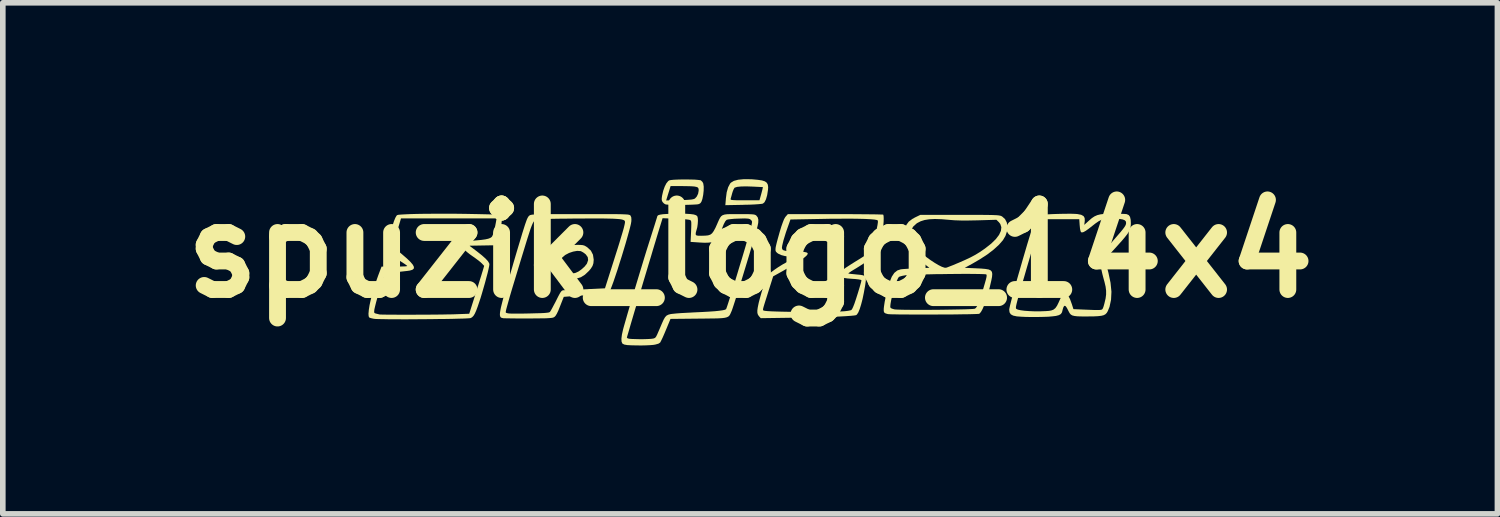
<source format=kicad_pcb>
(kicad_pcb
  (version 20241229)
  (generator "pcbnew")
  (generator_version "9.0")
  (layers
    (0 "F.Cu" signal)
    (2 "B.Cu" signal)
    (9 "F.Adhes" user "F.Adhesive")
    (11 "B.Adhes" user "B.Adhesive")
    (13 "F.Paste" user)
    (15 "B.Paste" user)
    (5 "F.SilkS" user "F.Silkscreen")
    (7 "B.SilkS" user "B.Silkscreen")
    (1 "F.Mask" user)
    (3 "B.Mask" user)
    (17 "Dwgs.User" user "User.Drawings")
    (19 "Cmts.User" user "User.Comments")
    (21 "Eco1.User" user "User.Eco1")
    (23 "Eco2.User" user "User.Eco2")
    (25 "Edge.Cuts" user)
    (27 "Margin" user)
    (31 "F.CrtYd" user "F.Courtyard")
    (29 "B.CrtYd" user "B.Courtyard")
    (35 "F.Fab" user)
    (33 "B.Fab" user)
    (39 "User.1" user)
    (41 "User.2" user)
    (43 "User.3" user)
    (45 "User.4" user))
  (footprint "spuzik_logo_14x4"
    (layer "F.Cu")
    (at 10.312 1.418)
    (property "Reference" "spuzik_logo_14x4" (at 0 0 0) (layer "F.SilkS") (effects (font (size 1.524 1.524) (thickness 0.3))))
    (attr board_only exclude_from_pos_files exclude_from_bom)
    (fp_poly (pts (xy 0.008 -1.275) (xy 0.035 -1.274) (xy 0.135 -1.265) (xy 0.211 -1.254) (xy 0.264 -1.237) (xy 0.298 -1.212) (xy 0.316 -1.178) (xy 0.322 -1.133) (xy 0.319 -1.087) (xy 0.304 -0.991) (xy 0.283 -0.917) (xy 0.257 -0.866) (xy 0.228 -0.841) (xy 0.201 -0.836) (xy 0.15 -0.831) (xy 0.078 -0.826) (xy -0.011 -0.822) (xy -0.115 -0.82) (xy -0.125 -0.819) (xy -0.441 -0.813) (xy -0.432 -0.917) (xy -0.347 -0.917) (xy -0.341 -0.91) (xy -0.325 -0.906) (xy -0.294 -0.903) (xy -0.246 -0.901) (xy -0.176 -0.901) (xy -0.093 -0.901) (xy 0.167 -0.901) (xy 0.189 -0.978) (xy 0.203 -1.029) (xy 0.215 -1.075) (xy 0.22 -1.095) (xy 0.228 -1.135) (xy 0.05 -1.144) (xy -0.068 -1.148) (xy -0.161 -1.146) (xy -0.23 -1.139) (xy -0.272 -1.126) (xy -0.278 -1.122) (xy -0.291 -1.101) (xy -0.307 -1.063) (xy -0.318 -1.029) (xy -0.331 -0.981) (xy -0.342 -0.942) (xy -0.347 -0.925) (xy -0.347 -0.917) (xy -0.432 -0.917) (xy -0.432 -0.924) (xy -0.417 -1.041) (xy -0.391 -1.132) (xy -0.356 -1.198) (xy -0.34 -1.215) (xy -0.289 -1.246) (xy -0.214 -1.266) (xy -0.114 -1.276)) (stroke (width 0) (type solid)) (fill yes) (layer "F.SilkS"))
    (fp_poly (pts (xy -3.022 -0.105) (xy -2.98 -0.101) (xy -2.949 -0.092) (xy -2.919 -0.075) (xy -2.897 -0.06) (xy -2.836 -0.003) (xy -2.799 0.069) (xy -2.786 0.156) (xy -2.786 0.161) (xy -2.791 0.221) (xy -2.807 0.27) (xy -2.838 0.319) (xy -2.873 0.36) (xy -2.943 0.426) (xy -3.013 0.47) (xy -3.089 0.494) (xy -3.157 0.501) (xy -3.214 0.502) (xy -3.266 0.499) (xy -3.3 0.494) (xy -3.376 0.461) (xy -3.44 0.408) (xy -3.487 0.341) (xy -3.503 0.298) (xy -3.505 0.278) (xy -3.388 0.278) (xy -3.379 0.318) (xy -3.344 0.363) (xy -3.29 0.393) (xy -3.221 0.406) (xy -3.144 0.401) (xy -3.107 0.392) (xy -3.056 0.368) (xy -3 0.328) (xy -2.948 0.281) (xy -2.911 0.234) (xy -2.905 0.224) (xy -2.885 0.165) (xy -2.892 0.113) (xy -2.925 0.066) (xy -2.934 0.058) (xy -2.972 0.029) (xy -3.009 0.009) (xy -3.02 0.005) (xy -3.081 0.001) (xy -3.153 0.014) (xy -3.227 0.039) (xy -3.293 0.074) (xy -3.343 0.115) (xy -3.347 0.12) (xy -3.371 0.165) (xy -3.385 0.222) (xy -3.388 0.278) (xy -3.505 0.278) (xy -3.508 0.233) (xy -3.491 0.161) (xy -3.457 0.089) (xy -3.408 0.026) (xy -3.384 0.004) (xy -3.308 -0.051) (xy -3.235 -0.085) (xy -3.154 -0.102) (xy -3.082 -0.106)) (stroke (width 0) (type solid)) (fill yes) (layer "F.SilkS"))
    (fp_poly (pts (xy -1.055 -1.27) (xy -0.983 -1.268) (xy -0.925 -1.263) (xy -0.887 -1.258) (xy -0.876 -1.254) (xy -0.849 -1.228) (xy -0.834 -1.199) (xy -0.826 -1.144) (xy -0.827 -1.073) (xy -0.835 -0.998) (xy -0.849 -0.927) (xy -0.85 -0.923) (xy -0.866 -0.877) (xy -0.883 -0.851) (xy -0.907 -0.835) (xy -0.917 -0.832) (xy -0.943 -0.827) (xy -0.992 -0.824) (xy -1.058 -0.821) (xy -1.134 -0.819) (xy -1.217 -0.818) (xy -1.298 -0.818) (xy -1.374 -0.819) (xy -1.439 -0.821) (xy -1.486 -0.824) (xy -1.503 -0.826) (xy -1.533 -0.842) (xy -1.558 -0.868) (xy -1.571 -0.892) (xy -1.571 -0.897) (xy -1.495 -0.897) (xy -1.256 -0.903) (xy -1.165 -0.905) (xy -1.097 -0.909) (xy -1.048 -0.913) (xy -1.014 -0.919) (xy -0.991 -0.927) (xy -0.981 -0.933) (xy -0.95 -0.967) (xy -0.926 -1.017) (xy -0.916 -1.072) (xy -0.917 -1.098) (xy -0.922 -1.116) (xy -0.934 -1.13) (xy -0.958 -1.139) (xy -0.995 -1.146) (xy -1.05 -1.15) (xy -1.128 -1.152) (xy -1.204 -1.153) (xy -1.416 -1.154) (xy -1.445 -1.059) (xy -1.462 -1.006) (xy -1.476 -0.96) (xy -1.485 -0.931) (xy -1.495 -0.897) (xy -1.571 -0.897) (xy -1.575 -0.92) (xy -1.571 -0.961) (xy -1.566 -0.99) (xy -1.547 -1.071) (xy -1.521 -1.144) (xy -1.491 -1.203) (xy -1.458 -1.243) (xy -1.44 -1.255) (xy -1.41 -1.261) (xy -1.359 -1.266) (xy -1.292 -1.269) (xy -1.215 -1.271) (xy -1.134 -1.271)) (stroke (width 0) (type solid)) (fill yes) (layer "F.SilkS"))
    (fp_poly (pts (xy -2.843 -0.654) (xy -2.691 -0.654) (xy -2.563 -0.654) (xy -2.457 -0.653) (xy -2.37 -0.653) (xy -2.301 -0.652) (xy -2.247 -0.65) (xy -2.207 -0.648) (xy -2.178 -0.646) (xy -2.158 -0.642) (xy -2.145 -0.638) (xy -2.137 -0.634) (xy -2.131 -0.628) (xy -2.13 -0.626) (xy -2.117 -0.597) (xy -2.114 -0.554) (xy -2.116 -0.521) (xy -2.123 -0.48) (xy -2.138 -0.417) (xy -2.16 -0.335) (xy -2.187 -0.238) (xy -2.218 -0.129) (xy -2.253 -0.013) (xy -2.289 0.106) (xy -2.327 0.225) (xy -2.363 0.34) (xy -2.399 0.447) (xy -2.431 0.542) (xy -2.46 0.621) (xy -2.479 0.67) (xy -2.52 0.769) (xy -2.818 0.786) (xy -2.915 0.792) (xy -3.008 0.797) (xy -3.094 0.803) (xy -3.164 0.808) (xy -3.213 0.811) (xy -3.218 0.812) (xy -3.319 0.82) (xy -3.385 0.987) (xy -3.417 1.067) (xy -3.444 1.123) (xy -3.467 1.16) (xy -3.487 1.179) (xy -3.5 1.186) (xy -3.519 1.192) (xy -3.546 1.196) (xy -3.584 1.199) (xy -3.638 1.202) (xy -3.709 1.203) (xy -3.802 1.204) (xy -3.919 1.205) (xy -3.932 1.205) (xy -4.04 1.205) (xy -4.14 1.205) (xy -4.229 1.204) (xy -4.304 1.203) (xy -4.359 1.202) (xy -4.391 1.201) (xy -4.394 1.201) (xy -4.414 1.197) (xy -4.431 1.192) (xy -4.444 1.183) (xy -4.452 1.168) (xy -4.457 1.145) (xy -4.456 1.112) (xy -4.454 1.094) (xy -4.353 1.094) (xy -4.353 1.098) (xy -4.342 1.106) (xy -4.325 1.111) (xy -4.298 1.116) (xy -4.259 1.118) (xy -4.205 1.119) (xy -4.131 1.119) (xy -4.036 1.118) (xy -3.933 1.116) (xy -3.823 1.113) (xy -3.737 1.111) (xy -3.672 1.108) (xy -3.626 1.104) (xy -3.595 1.1) (xy -3.576 1.095) (xy -3.565 1.088) (xy -3.563 1.085) (xy -3.55 1.065) (xy -3.527 1.024) (xy -3.498 0.969) (xy -3.464 0.905) (xy -3.453 0.883) (xy -3.418 0.813) (xy -3.391 0.763) (xy -3.372 0.732) (xy -3.356 0.714) (xy -3.341 0.705) (xy -3.323 0.702) (xy -3.317 0.702) (xy -3.291 0.701) (xy -3.241 0.699) (xy -3.171 0.696) (xy -3.087 0.692) (xy -2.993 0.688) (xy -2.928 0.685) (xy -2.585 0.668) (xy -2.433 0.19) (xy -2.396 0.073) (xy -2.36 -0.04) (xy -2.327 -0.146) (xy -2.299 -0.24) (xy -2.275 -0.319) (xy -2.258 -0.378) (xy -2.25 -0.407) (xy -2.236 -0.465) (xy -2.229 -0.501) (xy -2.229 -0.523) (xy -2.235 -0.536) (xy -2.244 -0.543) (xy -2.26 -0.551) (xy -2.285 -0.558) (xy -2.321 -0.564) (xy -2.37 -0.568) (xy -2.435 -0.572) (xy -2.516 -0.574) (xy -2.617 -0.576) (xy -2.739 -0.576) (xy -2.885 -0.576) (xy -3.056 -0.575) (xy -3.124 -0.575) (xy -3.281 -0.573) (xy -3.413 -0.572) (xy -3.521 -0.57) (xy -3.608 -0.568) (xy -3.676 -0.566) (xy -3.729 -0.563) (xy -3.767 -0.56) (xy -3.795 -0.556) (xy -3.813 -0.552) (xy -3.821 -0.549) (xy -3.835 -0.54) (xy -3.848 -0.528) (xy -3.861 -0.51) (xy -3.875 -0.483) (xy -3.891 -0.445) (xy -3.911 -0.392) (xy -3.934 -0.321) (xy -3.963 -0.231) (xy -3.998 -0.118) (xy -4.019 -0.049) (xy -4.086 0.17) (xy -4.145 0.364) (xy -4.196 0.532) (xy -4.24 0.677) (xy -4.276 0.799) (xy -4.304 0.898) (xy -4.326 0.977) (xy -4.342 1.035) (xy -4.351 1.074) (xy -4.353 1.094) (xy -4.454 1.094) (xy -4.45 1.068) (xy -4.439 1.011) (xy -4.421 0.938) (xy -4.398 0.848) (xy -4.368 0.74) (xy -4.33 0.61) (xy -4.286 0.458) (xy -4.234 0.281) (xy -4.216 0.218) (xy -4.166 0.048) (xy -4.123 -0.096) (xy -4.086 -0.218) (xy -4.056 -0.319) (xy -4.03 -0.401) (xy -4.009 -0.467) (xy -3.991 -0.518) (xy -3.977 -0.557) (xy -3.964 -0.585) (xy -3.953 -0.604) (xy -3.943 -0.618) (xy -3.933 -0.627) (xy -3.927 -0.631) (xy -3.918 -0.636) (xy -3.904 -0.64) (xy -3.883 -0.644) (xy -3.854 -0.646) (xy -3.813 -0.649) (xy -3.759 -0.651) (xy -3.691 -0.652) (xy -3.605 -0.653) (xy -3.499 -0.654) (xy -3.372 -0.654) (xy -3.221 -0.654) (xy -3.045 -0.654) (xy -3.021 -0.654)) (stroke (width 0) (type solid)) (fill yes) (layer "F.SilkS"))
    (fp_poly (pts (xy -5.384 -0.661) (xy -5.227 -0.66) (xy -5.069 -0.658) (xy -4.912 -0.655) (xy -4.857 -0.654) (xy -4.415 -0.644) (xy -4.425 -0.523) (xy -4.433 -0.434) (xy -4.445 -0.361) (xy -4.464 -0.293) (xy -4.491 -0.217) (xy -4.5 -0.194) (xy -4.538 -0.099) (xy -5 -0.091) (xy -4.865 0.011) (xy -4.777 0.081) (xy -4.712 0.139) (xy -4.669 0.186) (xy -4.647 0.224) (xy -4.644 0.243) (xy -4.648 0.272) (xy -4.659 0.324) (xy -4.675 0.393) (xy -4.697 0.475) (xy -4.721 0.566) (xy -4.748 0.66) (xy -4.775 0.754) (xy -4.802 0.843) (xy -4.819 0.894) (xy -4.852 0.992) (xy -4.88 1.067) (xy -4.905 1.122) (xy -4.928 1.159) (xy -4.953 1.184) (xy -4.978 1.198) (xy -5 1.201) (xy -5.046 1.204) (xy -5.115 1.207) (xy -5.202 1.209) (xy -5.306 1.212) (xy -5.422 1.214) (xy -5.548 1.215) (xy -5.681 1.217) (xy -5.817 1.218) (xy -5.954 1.219) (xy -6.088 1.22) (xy -6.217 1.22) (xy -6.337 1.219) (xy -6.445 1.219) (xy -6.539 1.217) (xy -6.615 1.216) (xy -6.669 1.214) (xy -6.7 1.211) (xy -6.701 1.211) (xy -6.743 1.202) (xy -6.774 1.193) (xy -6.782 1.19) (xy -6.795 1.166) (xy -6.798 1.12) (xy -6.795 1.089) (xy -6.697 1.089) (xy -6.692 1.107) (xy -6.673 1.116) (xy -6.661 1.119) (xy -6.627 1.127) (xy -6.607 1.133) (xy -6.588 1.135) (xy -6.544 1.136) (xy -6.479 1.137) (xy -6.396 1.138) (xy -6.298 1.138) (xy -6.189 1.139) (xy -6.072 1.139) (xy -5.951 1.138) (xy -5.828 1.138) (xy -5.708 1.137) (xy -5.593 1.136) (xy -5.487 1.135) (xy -5.393 1.133) (xy -5.315 1.132) (xy -5.276 1.131) (xy -5.003 1.121) (xy -4.898 0.789) (xy -4.868 0.691) (xy -4.838 0.597) (xy -4.811 0.51) (xy -4.788 0.438) (xy -4.772 0.384) (xy -4.765 0.363) (xy -4.737 0.268) (xy -4.778 0.225) (xy -4.807 0.198) (xy -4.853 0.162) (xy -4.908 0.121) (xy -4.943 0.097) (xy -4.995 0.06) (xy -5.039 0.025) (xy -5.07 -0.002) (xy -5.08 -0.014) (xy -5.092 -0.053) (xy -5.093 -0.097) (xy -5.085 -0.137) (xy -5.073 -0.154) (xy -5.052 -0.162) (xy -5.008 -0.171) (xy -4.95 -0.179) (xy -4.887 -0.185) (xy -4.789 -0.194) (xy -4.716 -0.204) (xy -4.663 -0.216) (xy -4.627 -0.23) (xy -4.603 -0.247) (xy -4.595 -0.258) (xy -4.58 -0.291) (xy -4.563 -0.347) (xy -4.545 -0.419) (xy -4.529 -0.502) (xy -4.525 -0.524) (xy -4.516 -0.577) (xy -6.219 -0.577) (xy -6.247 -0.482) (xy -6.264 -0.425) (xy -6.285 -0.353) (xy -6.308 -0.279) (xy -6.318 -0.246) (xy -6.335 -0.186) (xy -6.35 -0.135) (xy -6.358 -0.1) (xy -6.36 -0.088) (xy -6.35 -0.074) (xy -6.322 -0.045) (xy -6.279 -0.006) (xy -6.226 0.04) (xy -6.201 0.061) (xy -6.113 0.137) (xy -6.049 0.199) (xy -6.007 0.249) (xy -5.988 0.288) (xy -5.991 0.317) (xy -6.016 0.338) (xy -6.062 0.352) (xy -6.104 0.358) (xy -6.229 0.372) (xy -6.328 0.385) (xy -6.401 0.395) (xy -6.449 0.404) (xy -6.47 0.41) (xy -6.497 0.432) (xy -6.524 0.474) (xy -6.531 0.489) (xy -6.547 0.531) (xy -6.567 0.593) (xy -6.591 0.669) (xy -6.616 0.752) (xy -6.64 0.836) (xy -6.662 0.916) (xy -6.679 0.984) (xy -6.691 1.035) (xy -6.694 1.051) (xy -6.697 1.089) (xy -6.795 1.089) (xy -6.792 1.053) (xy -6.779 0.97) (xy -6.758 0.873) (xy -6.73 0.765) (xy -6.696 0.65) (xy -6.657 0.531) (xy -6.625 0.44) (xy -6.565 0.281) (xy -6.336 0.281) (xy -6.26 0.281) (xy -6.194 0.279) (xy -6.144 0.277) (xy -6.114 0.273) (xy -6.107 0.271) (xy -6.119 0.259) (xy -6.149 0.237) (xy -6.193 0.208) (xy -6.221 0.19) (xy -6.28 0.151) (xy -6.336 0.107) (xy -6.381 0.067) (xy -6.392 0.056) (xy -6.422 0.021) (xy -6.438 -0.005) (xy -6.443 -0.034) (xy -6.441 -0.075) (xy -6.439 -0.097) (xy -6.427 -0.187) (xy -6.41 -0.281) (xy -6.39 -0.373) (xy -6.367 -0.458) (xy -6.343 -0.531) (xy -6.319 -0.589) (xy -6.297 -0.627) (xy -6.286 -0.636) (xy -6.263 -0.642) (xy -6.214 -0.646) (xy -6.143 -0.65) (xy -6.051 -0.654) (xy -5.942 -0.657) (xy -5.818 -0.659) (xy -5.682 -0.66) (xy -5.536 -0.661)) (stroke (width 0) (type solid)) (fill yes) (layer "F.SilkS"))
    (fp_poly (pts (xy 3.895 -0.64) (xy 4.028 -0.64) (xy 4.138 -0.64) (xy 4.228 -0.639) (xy 4.299 -0.638) (xy 4.354 -0.636) (xy 4.396 -0.634) (xy 4.427 -0.631) (xy 4.449 -0.627) (xy 4.466 -0.623) (xy 4.479 -0.617) (xy 4.489 -0.612) (xy 4.541 -0.566) (xy 4.573 -0.504) (xy 4.585 -0.429) (xy 4.576 -0.345) (xy 4.549 -0.265) (xy 4.504 -0.189) (xy 4.433 -0.108) (xy 4.34 -0.023) (xy 4.227 0.064) (xy 4.095 0.15) (xy 3.963 0.227) (xy 3.824 0.303) (xy 4.012 0.311) (xy 4.116 0.316) (xy 4.195 0.323) (xy 4.251 0.333) (xy 4.288 0.35) (xy 4.308 0.376) (xy 4.314 0.413) (xy 4.31 0.463) (xy 4.297 0.53) (xy 4.292 0.551) (xy 4.265 0.666) (xy 4.236 0.776) (xy 4.204 0.877) (xy 4.172 0.966) (xy 4.141 1.038) (xy 4.112 1.09) (xy 4.086 1.119) (xy 4.082 1.122) (xy 4.064 1.124) (xy 4.02 1.126) (xy 3.955 1.128) (xy 3.871 1.13) (xy 3.771 1.131) (xy 3.658 1.133) (xy 3.536 1.134) (xy 3.408 1.134) (xy 3.276 1.135) (xy 3.144 1.135) (xy 3.015 1.135) (xy 2.892 1.135) (xy 2.778 1.134) (xy 2.677 1.134) (xy 2.59 1.132) (xy 2.522 1.131) (xy 2.476 1.129) (xy 2.454 1.127) (xy 2.413 1.115) (xy 2.39 1.1) (xy 2.381 1.075) (xy 2.381 1.032) (xy 2.384 1.002) (xy 2.385 0.993) (xy 2.497 0.993) (xy 2.502 1.016) (xy 2.502 1.016) (xy 2.525 1.029) (xy 2.563 1.041) (xy 2.571 1.043) (xy 2.6 1.046) (xy 2.652 1.048) (xy 2.725 1.05) (xy 2.815 1.051) (xy 2.918 1.052) (xy 3.032 1.052) (xy 3.152 1.052) (xy 3.276 1.051) (xy 3.401 1.05) (xy 3.522 1.048) (xy 3.637 1.046) (xy 3.742 1.044) (xy 3.834 1.042) (xy 3.91 1.039) (xy 3.966 1.036) (xy 3.998 1.032) (xy 4.005 1.031) (xy 4.023 1.016) (xy 4.042 0.989) (xy 4.062 0.947) (xy 4.085 0.888) (xy 4.112 0.808) (xy 4.145 0.705) (xy 4.159 0.657) (xy 4.184 0.572) (xy 4.201 0.511) (xy 4.211 0.468) (xy 4.214 0.442) (xy 4.212 0.426) (xy 4.206 0.42) (xy 4.188 0.417) (xy 4.145 0.415) (xy 4.08 0.413) (xy 3.997 0.412) (xy 3.899 0.411) (xy 3.789 0.411) (xy 3.671 0.412) (xy 3.548 0.413) (xy 3.423 0.415) (xy 3.3 0.416) (xy 3.181 0.419) (xy 3.071 0.421) (xy 2.972 0.424) (xy 2.888 0.427) (xy 2.822 0.431) (xy 2.777 0.434) (xy 2.766 0.436) (xy 2.715 0.445) (xy 2.674 0.456) (xy 2.651 0.465) (xy 2.651 0.465) (xy 2.634 0.49) (xy 2.613 0.536) (xy 2.59 0.597) (xy 2.567 0.668) (xy 2.545 0.744) (xy 2.526 0.82) (xy 2.511 0.89) (xy 2.501 0.95) (xy 2.497 0.993) (xy 2.385 0.993) (xy 2.398 0.907) (xy 2.421 0.795) (xy 2.45 0.677) (xy 2.484 0.562) (xy 2.486 0.556) (xy 2.524 0.461) (xy 2.569 0.393) (xy 2.623 0.35) (xy 2.683 0.33) (xy 2.718 0.326) (xy 2.775 0.322) (xy 2.847 0.317) (xy 2.927 0.313) (xy 2.969 0.311) (xy 3.194 0.303) (xy 3.088 0.221) (xy 2.976 0.124) (xy 2.885 0.023) (xy 2.816 -0.079) (xy 2.771 -0.181) (xy 2.749 -0.28) (xy 2.75 -0.29) (xy 2.858 -0.29) (xy 2.874 -0.208) (xy 2.915 -0.121) (xy 2.967 -0.047) (xy 3.014 0.003) (xy 3.073 0.057) (xy 3.142 0.113) (xy 3.215 0.166) (xy 3.288 0.214) (xy 3.357 0.255) (xy 3.417 0.285) (xy 3.465 0.301) (xy 3.49 0.302) (xy 3.515 0.294) (xy 3.561 0.276) (xy 3.62 0.253) (xy 3.688 0.224) (xy 3.708 0.216) (xy 3.827 0.164) (xy 3.927 0.117) (xy 4.013 0.071) (xy 4.093 0.022) (xy 4.173 -0.033) (xy 4.187 -0.043) (xy 4.294 -0.127) (xy 4.377 -0.208) (xy 4.435 -0.284) (xy 4.468 -0.355) (xy 4.476 -0.42) (xy 4.457 -0.478) (xy 4.432 -0.51) (xy 4.388 -0.553) (xy 4.055 -0.543) (xy 3.893 -0.54) (xy 3.756 -0.54) (xy 3.641 -0.544) (xy 3.553 -0.551) (xy 3.411 -0.563) (xy 3.292 -0.567) (xy 3.193 -0.562) (xy 3.11 -0.549) (xy 3.04 -0.527) (xy 2.978 -0.495) (xy 2.966 -0.487) (xy 2.904 -0.43) (xy 2.868 -0.364) (xy 2.858 -0.29) (xy 2.75 -0.29) (xy 2.754 -0.374) (xy 2.757 -0.39) (xy 2.784 -0.462) (xy 2.826 -0.519) (xy 2.889 -0.567) (xy 2.937 -0.594) (xy 3.032 -0.64) (xy 3.736 -0.64)) (stroke (width 0) (type solid)) (fill yes) (layer "F.SilkS"))
    (fp_poly (pts (xy 1.518 -0.654) (xy 1.67 -0.653) (xy 1.813 -0.653) (xy 1.945 -0.652) (xy 2.064 -0.651) (xy 2.167 -0.65) (xy 2.252 -0.649) (xy 2.316 -0.647) (xy 2.356 -0.646) (xy 2.371 -0.645) (xy 2.378 -0.623) (xy 2.38 -0.58) (xy 2.379 -0.523) (xy 2.374 -0.458) (xy 2.365 -0.392) (xy 2.354 -0.331) (xy 2.352 -0.322) (xy 2.325 -0.221) (xy 2.294 -0.124) (xy 2.261 -0.037) (xy 2.229 0.034) (xy 2.198 0.085) (xy 2.191 0.095) (xy 2.148 0.135) (xy 2.082 0.186) (xy 1.996 0.244) (xy 1.893 0.309) (xy 1.846 0.337) (xy 1.801 0.365) (xy 1.767 0.388) (xy 1.75 0.401) (xy 1.75 0.403) (xy 1.765 0.407) (xy 1.803 0.412) (xy 1.855 0.417) (xy 1.892 0.421) (xy 1.966 0.428) (xy 2.016 0.437) (xy 2.046 0.453) (xy 2.061 0.48) (xy 2.062 0.524) (xy 2.054 0.589) (xy 2.048 0.628) (xy 2.026 0.749) (xy 2.003 0.86) (xy 1.978 0.956) (xy 1.953 1.036) (xy 1.928 1.097) (xy 1.904 1.134) (xy 1.889 1.146) (xy 1.855 1.152) (xy 1.794 1.158) (xy 1.709 1.164) (xy 1.602 1.17) (xy 1.474 1.176) (xy 1.329 1.181) (xy 1.167 1.185) (xy 0.992 1.189) (xy 0.816 1.191) (xy 0.19 1.2) (xy 0.158 1.165) (xy 0.14 1.139) (xy 0.13 1.107) (xy 0.129 1.064) (xy 0.131 1.047) (xy 0.23 1.047) (xy 0.231 1.056) (xy 0.236 1.061) (xy 0.242 1.064) (xy 0.242 1.065) (xy 0.264 1.069) (xy 0.31 1.074) (xy 0.378 1.078) (xy 0.464 1.081) (xy 0.565 1.084) (xy 0.677 1.086) (xy 0.798 1.088) (xy 0.925 1.089) (xy 1.052 1.089) (xy 1.179 1.089) (xy 1.3 1.088) (xy 1.414 1.086) (xy 1.516 1.084) (xy 1.603 1.081) (xy 1.673 1.077) (xy 1.695 1.075) (xy 1.744 1.069) (xy 1.785 1.061) (xy 1.803 1.055) (xy 1.817 1.038) (xy 1.835 1.001) (xy 1.858 0.943) (xy 1.886 0.86) (xy 1.92 0.753) (xy 1.948 0.661) (xy 1.964 0.605) (xy 1.977 0.559) (xy 1.983 0.53) (xy 1.984 0.525) (xy 1.971 0.517) (xy 1.931 0.509) (xy 1.869 0.502) (xy 1.833 0.5) (xy 1.733 0.492) (xy 1.658 0.481) (xy 1.605 0.467) (xy 1.577 0.448) (xy 1.573 0.423) (xy 1.593 0.391) (xy 1.637 0.35) (xy 1.706 0.3) (xy 1.8 0.239) (xy 1.878 0.19) (xy 1.948 0.147) (xy 2.011 0.107) (xy 2.063 0.075) (xy 2.099 0.052) (xy 2.112 0.042) (xy 2.128 0.019) (xy 2.148 -0.026) (xy 2.17 -0.088) (xy 2.194 -0.162) (xy 2.218 -0.241) (xy 2.239 -0.321) (xy 2.257 -0.396) (xy 2.27 -0.461) (xy 2.277 -0.51) (xy 2.276 -0.539) (xy 2.276 -0.539) (xy 2.258 -0.549) (xy 2.213 -0.557) (xy 2.141 -0.563) (xy 2.044 -0.568) (xy 1.922 -0.571) (xy 1.777 -0.573) (xy 1.608 -0.572) (xy 1.417 -0.571) (xy 1.264 -0.568) (xy 0.719 -0.558) (xy 0.664 -0.402) (xy 0.638 -0.328) (xy 0.614 -0.25) (xy 0.593 -0.181) (xy 0.584 -0.143) (xy 0.572 -0.092) (xy 0.567 -0.055) (xy 0.573 -0.028) (xy 0.592 -0.011) (xy 0.629 -0.000374) (xy 0.685 0.006) (xy 0.765 0.009) (xy 0.809 0.011) (xy 0.898 0.015) (xy 0.962 0.02) (xy 1.003 0.028) (xy 1.023 0.039) (xy 1.027 0.054) (xy 1.015 0.075) (xy 1.004 0.087) (xy 0.973 0.115) (xy 0.919 0.154) (xy 0.847 0.202) (xy 0.758 0.257) (xy 0.656 0.317) (xy 0.589 0.356) (xy 0.411 0.455) (xy 0.326 0.724) (xy 0.294 0.826) (xy 0.269 0.904) (xy 0.251 0.962) (xy 0.239 1.003) (xy 0.232 1.031) (xy 0.23 1.047) (xy 0.131 1.047) (xy 0.137 1.006) (xy 0.153 0.928) (xy 0.168 0.87) (xy 0.203 0.744) (xy 0.238 0.633) (xy 0.273 0.54) (xy 0.306 0.467) (xy 0.337 0.419) (xy 0.34 0.414) (xy 0.378 0.379) (xy 0.436 0.336) (xy 0.506 0.288) (xy 0.584 0.24) (xy 0.664 0.196) (xy 0.694 0.181) (xy 0.739 0.157) (xy 0.773 0.138) (xy 0.788 0.126) (xy 0.788 0.125) (xy 0.775 0.118) (xy 0.742 0.11) (xy 0.707 0.105) (xy 0.62 0.093) (xy 0.555 0.076) (xy 0.507 0.054) (xy 0.486 0.04) (xy 0.461 0.016) (xy 0.452 -0.009) (xy 0.454 -0.05) (xy 0.46 -0.083) (xy 0.473 -0.138) (xy 0.491 -0.207) (xy 0.513 -0.285) (xy 0.528 -0.339) (xy 0.558 -0.437) (xy 0.584 -0.51) (xy 0.605 -0.563) (xy 0.625 -0.598) (xy 0.635 -0.611) (xy 0.673 -0.654)) (stroke (width 0) (type solid)) (fill yes) (layer "F.SilkS"))
    (fp_poly (pts (xy 6.543 -0.661) (xy 6.612 -0.659) (xy 6.668 -0.657) (xy 6.703 -0.654) (xy 6.709 -0.653) (xy 6.745 -0.637) (xy 6.768 -0.605) (xy 6.78 -0.552) (xy 6.783 -0.491) (xy 6.781 -0.451) (xy 6.776 -0.414) (xy 6.765 -0.378) (xy 6.746 -0.339) (xy 6.718 -0.295) (xy 6.677 -0.243) (xy 6.623 -0.179) (xy 6.553 -0.101) (xy 6.476 -0.016) (xy 6.411 0.055) (xy 6.366 0.109) (xy 6.338 0.147) (xy 6.326 0.171) (xy 6.325 0.181) (xy 6.332 0.202) (xy 6.344 0.246) (xy 6.361 0.305) (xy 6.379 0.374) (xy 6.384 0.394) (xy 6.421 0.569) (xy 6.437 0.729) (xy 6.43 0.872) (xy 6.403 0.998) (xy 6.372 1.074) (xy 6.354 1.105) (xy 6.331 1.129) (xy 6.301 1.146) (xy 6.259 1.157) (xy 6.201 1.164) (xy 6.123 1.168) (xy 6.022 1.169) (xy 6.006 1.17) (xy 5.908 1.169) (xy 5.834 1.167) (xy 5.779 1.161) (xy 5.74 1.151) (xy 5.713 1.135) (xy 5.693 1.112) (xy 5.676 1.081) (xy 5.673 1.075) (xy 5.645 1.02) (xy 5.624 0.989) (xy 5.606 0.979) (xy 5.594 0.984) (xy 5.58 1.008) (xy 5.569 1.045) (xy 5.567 1.053) (xy 5.556 1.096) (xy 5.536 1.126) (xy 5.501 1.146) (xy 5.448 1.16) (xy 5.381 1.168) (xy 5.31 1.174) (xy 5.221 1.177) (xy 5.121 1.179) (xy 5.019 1.179) (xy 4.92 1.178) (xy 4.833 1.174) (xy 4.765 1.169) (xy 4.752 1.168) (xy 4.686 1.154) (xy 4.644 1.131) (xy 4.622 1.096) (xy 4.616 1.049) (xy 4.62 1.022) (xy 4.622 1.013) (xy 4.735 1.013) (xy 4.736 1.023) (xy 4.739 1.03) (xy 4.744 1.035) (xy 4.745 1.036) (xy 4.771 1.048) (xy 4.821 1.059) (xy 4.89 1.068) (xy 4.973 1.074) (xy 5.066 1.078) (xy 5.164 1.078) (xy 5.189 1.077) (xy 5.268 1.074) (xy 5.324 1.07) (xy 5.364 1.063) (xy 5.394 1.052) (xy 5.407 1.046) (xy 5.439 1.02) (xy 5.468 0.978) (xy 5.496 0.921) (xy 5.526 0.854) (xy 5.548 0.808) (xy 5.565 0.78) (xy 5.581 0.766) (xy 5.597 0.76) (xy 5.608 0.76) (xy 5.64 0.77) (xy 5.669 0.803) (xy 5.699 0.86) (xy 5.729 0.943) (xy 5.73 0.945) (xy 5.76 1.039) (xy 5.972 1.048) (xy 6.051 1.051) (xy 6.124 1.054) (xy 6.183 1.054) (xy 6.224 1.054) (xy 6.234 1.053) (xy 6.257 1.05) (xy 6.273 1.042) (xy 6.285 1.024) (xy 6.297 0.991) (xy 6.312 0.937) (xy 6.314 0.929) (xy 6.333 0.848) (xy 6.342 0.778) (xy 6.342 0.71) (xy 6.333 0.638) (xy 6.313 0.553) (xy 6.296 0.492) (xy 6.276 0.415) (xy 6.258 0.336) (xy 6.245 0.267) (xy 6.239 0.218) (xy 6.236 0.164) (xy 6.238 0.127) (xy 6.249 0.097) (xy 6.269 0.062) (xy 6.273 0.056) (xy 6.296 0.024) (xy 6.334 -0.024) (xy 6.382 -0.082) (xy 6.437 -0.146) (xy 6.475 -0.19) (xy 6.546 -0.272) (xy 6.601 -0.336) (xy 6.641 -0.385) (xy 6.669 -0.423) (xy 6.686 -0.451) (xy 6.695 -0.474) (xy 6.698 -0.494) (xy 6.698 -0.498) (xy 6.693 -0.525) (xy 6.673 -0.545) (xy 6.636 -0.559) (xy 6.579 -0.568) (xy 6.497 -0.574) (xy 6.491 -0.574) (xy 6.399 -0.576) (xy 6.327 -0.571) (xy 6.267 -0.555) (xy 6.211 -0.528) (xy 6.15 -0.486) (xy 6.113 -0.457) (xy 6.038 -0.398) (xy 5.981 -0.357) (xy 5.94 -0.334) (xy 5.911 -0.327) (xy 5.894 -0.334) (xy 5.886 -0.355) (xy 5.877 -0.396) (xy 5.872 -0.449) (xy 5.871 -0.457) (xy 5.864 -0.563) (xy 5.183 -0.563) (xy 4.984 0.116) (xy 4.932 0.293) (xy 4.888 0.446) (xy 4.85 0.575) (xy 4.818 0.683) (xy 4.793 0.772) (xy 4.773 0.844) (xy 4.758 0.9) (xy 4.747 0.944) (xy 4.74 0.976) (xy 4.736 0.998) (xy 4.735 1.013) (xy 4.622 1.013) (xy 4.631 0.972) (xy 4.649 0.9) (xy 4.673 0.808) (xy 4.702 0.701) (xy 4.735 0.58) (xy 4.773 0.447) (xy 4.799 0.358) (xy 4.852 0.173) (xy 4.899 0.013) (xy 4.939 -0.123) (xy 4.974 -0.238) (xy 5.004 -0.334) (xy 5.029 -0.412) (xy 5.051 -0.474) (xy 5.07 -0.523) (xy 5.087 -0.56) (xy 5.103 -0.587) (xy 5.118 -0.607) (xy 5.132 -0.62) (xy 5.148 -0.629) (xy 5.161 -0.635) (xy 5.189 -0.64) (xy 5.239 -0.645) (xy 5.308 -0.65) (xy 5.388 -0.654) (xy 5.476 -0.657) (xy 5.565 -0.659) (xy 5.65 -0.66) (xy 5.727 -0.66) (xy 5.79 -0.658) (xy 5.831 -0.655) (xy 5.897 -0.642) (xy 5.94 -0.619) (xy 5.96 -0.584) (xy 5.962 -0.534) (xy 5.961 -0.525) (xy 5.953 -0.462) (xy 6.04 -0.541) (xy 6.089 -0.583) (xy 6.136 -0.614) (xy 6.186 -0.636) (xy 6.244 -0.65) (xy 6.315 -0.658) (xy 6.406 -0.661) (xy 6.467 -0.661)) (stroke (width 0) (type solid)) (fill yes) (layer "F.SilkS"))
    (fp_poly (pts (xy -1.144 -0.66) (xy -1.062 -0.655) (xy -1.002 -0.647) (xy -0.963 -0.634) (xy -0.941 -0.617) (xy -0.941 -0.616) (xy -0.932 -0.585) (xy -0.929 -0.536) (xy -0.933 -0.477) (xy -0.941 -0.419) (xy -0.95 -0.386) (xy -0.966 -0.329) (xy -0.97 -0.294) (xy -0.959 -0.276) (xy -0.929 -0.269) (xy -0.877 -0.268) (xy -0.869 -0.268) (xy -0.801 -0.27) (xy -0.749 -0.275) (xy -0.709 -0.288) (xy -0.677 -0.312) (xy -0.649 -0.351) (xy -0.618 -0.408) (xy -0.583 -0.486) (xy -0.576 -0.503) (xy -0.554 -0.552) (xy -0.535 -0.589) (xy -0.515 -0.616) (xy -0.49 -0.634) (xy -0.455 -0.646) (xy -0.407 -0.652) (xy -0.34 -0.654) (xy -0.252 -0.654) (xy -0.197 -0.654) (xy -0.101 -0.654) (xy -0.028 -0.653) (xy 0.024 -0.651) (xy 0.06 -0.648) (xy 0.084 -0.643) (xy 0.1 -0.636) (xy 0.11 -0.629) (xy 0.136 -0.596) (xy 0.147 -0.554) (xy 0.145 -0.498) (xy 0.133 -0.44) (xy 0.123 -0.401) (xy 0.106 -0.34) (xy 0.083 -0.259) (xy 0.055 -0.163) (xy 0.022 -0.054) (xy -0.013 0.064) (xy -0.051 0.189) (xy -0.09 0.317) (xy -0.129 0.445) (xy -0.167 0.569) (xy -0.204 0.687) (xy -0.238 0.796) (xy -0.268 0.891) (xy -0.294 0.971) (xy -0.314 1.031) (xy -0.327 1.068) (xy -0.331 1.077) (xy -0.345 1.109) (xy -0.357 1.135) (xy -0.371 1.156) (xy -0.389 1.172) (xy -0.415 1.184) (xy -0.45 1.193) (xy -0.498 1.199) (xy -0.562 1.203) (xy -0.645 1.205) (xy -0.749 1.206) (xy -0.878 1.208) (xy -0.922 1.208) (xy -1.418 1.213) (xy -1.499 1.409) (xy -1.529 1.48) (xy -1.557 1.544) (xy -1.581 1.594) (xy -1.598 1.627) (xy -1.602 1.634) (xy -1.632 1.654) (xy -1.685 1.669) (xy -1.717 1.675) (xy -1.773 1.68) (xy -1.849 1.684) (xy -1.938 1.686) (xy -2.03 1.685) (xy -2.118 1.683) (xy -2.193 1.679) (xy -2.195 1.678) (xy -2.241 1.67) (xy -2.272 1.654) (xy -2.276 1.65) (xy -2.29 1.616) (xy -2.292 1.564) (xy -2.29 1.546) (xy -2.195 1.546) (xy -2.183 1.558) (xy -2.157 1.566) (xy -2.114 1.57) (xy -2.051 1.572) (xy -1.978 1.574) (xy -1.902 1.574) (xy -1.831 1.572) (xy -1.775 1.569) (xy -1.752 1.567) (xy -1.716 1.561) (xy -1.693 1.551) (xy -1.675 1.53) (xy -1.656 1.493) (xy -1.647 1.472) (xy -1.62 1.41) (xy -1.59 1.34) (xy -1.571 1.295) (xy -1.541 1.228) (xy -1.515 1.183) (xy -1.488 1.154) (xy -1.454 1.137) (xy -1.41 1.126) (xy -1.374 1.122) (xy -1.316 1.116) (xy -1.239 1.11) (xy -1.15 1.105) (xy -1.053 1.1) (xy -1.002 1.097) (xy -0.852 1.09) (xy -0.728 1.083) (xy -0.628 1.076) (xy -0.551 1.068) (xy -0.493 1.06) (xy -0.455 1.052) (xy -0.432 1.042) (xy -0.428 1.039) (xy -0.421 1.023) (xy -0.407 0.983) (xy -0.387 0.922) (xy -0.362 0.843) (xy -0.333 0.749) (xy -0.3 0.643) (xy -0.264 0.528) (xy -0.227 0.407) (xy -0.19 0.283) (xy -0.152 0.159) (xy -0.116 0.039) (xy -0.082 -0.076) (xy -0.052 -0.181) (xy -0.025 -0.274) (xy -0.002 -0.352) (xy 0.014 -0.412) (xy 0.022 -0.443) (xy 0.032 -0.49) (xy 0.035 -0.518) (xy 0.029 -0.535) (xy 0.014 -0.551) (xy 0.011 -0.554) (xy -0.005 -0.565) (xy -0.026 -0.572) (xy -0.056 -0.575) (xy -0.101 -0.577) (xy -0.166 -0.575) (xy -0.204 -0.574) (xy -0.28 -0.571) (xy -0.344 -0.565) (xy -0.392 -0.559) (xy -0.418 -0.552) (xy -0.441 -0.527) (xy -0.468 -0.477) (xy -0.492 -0.419) (xy -0.527 -0.327) (xy -0.556 -0.259) (xy -0.579 -0.212) (xy -0.598 -0.182) (xy -0.615 -0.166) (xy -0.625 -0.162) (xy -0.691 -0.151) (xy -0.752 -0.145) (xy -0.818 -0.144) (xy -0.901 -0.148) (xy -0.911 -0.149) (xy -1.06 -0.159) (xy -1.051 -0.347) (xy -1.048 -0.423) (xy -1.047 -0.476) (xy -1.048 -0.51) (xy -1.052 -0.531) (xy -1.06 -0.542) (xy -1.069 -0.549) (xy -1.092 -0.554) (xy -1.137 -0.56) (xy -1.2 -0.565) (xy -1.275 -0.57) (xy -1.328 -0.572) (xy -1.559 -0.581) (xy -1.602 -0.442) (xy -1.626 -0.364) (xy -1.655 -0.269) (xy -1.688 -0.159) (xy -1.725 -0.037) (xy -1.764 0.095) (xy -1.806 0.233) (xy -1.849 0.377) (xy -1.893 0.523) (xy -1.936 0.668) (xy -1.978 0.81) (xy -2.019 0.947) (xy -2.058 1.076) (xy -2.093 1.195) (xy -2.124 1.3) (xy -2.15 1.39) (xy -2.171 1.462) (xy -2.186 1.513) (xy -2.194 1.541) (xy -2.195 1.546) (xy -2.29 1.546) (xy -2.283 1.492) (xy -2.262 1.398) (xy -2.247 1.343) (xy -2.216 1.235) (xy -2.179 1.106) (xy -2.136 0.959) (xy -2.089 0.8) (xy -2.039 0.633) (xy -1.988 0.464) (xy -1.937 0.296) (xy -1.888 0.135) (xy -1.842 -0.014) (xy -1.8 -0.147) (xy -1.784 -0.197) (xy -1.752 -0.299) (xy -1.722 -0.393) (xy -1.696 -0.475) (xy -1.675 -0.543) (xy -1.66 -0.591) (xy -1.652 -0.618) (xy -1.651 -0.621) (xy -1.637 -0.634) (xy -1.605 -0.644) (xy -1.551 -0.652) (xy -1.474 -0.657) (xy -1.372 -0.66) (xy -1.252 -0.661)) (stroke (width 0) (type solid)) (fill yes) (layer "F.SilkS")))
  (gr_rect
    (start -3 -3)
    (end 23.625 6.104)
    (stroke (width 0.1) (type default))
    (fill no)
    (layer "Edge.Cuts")))
</source>
